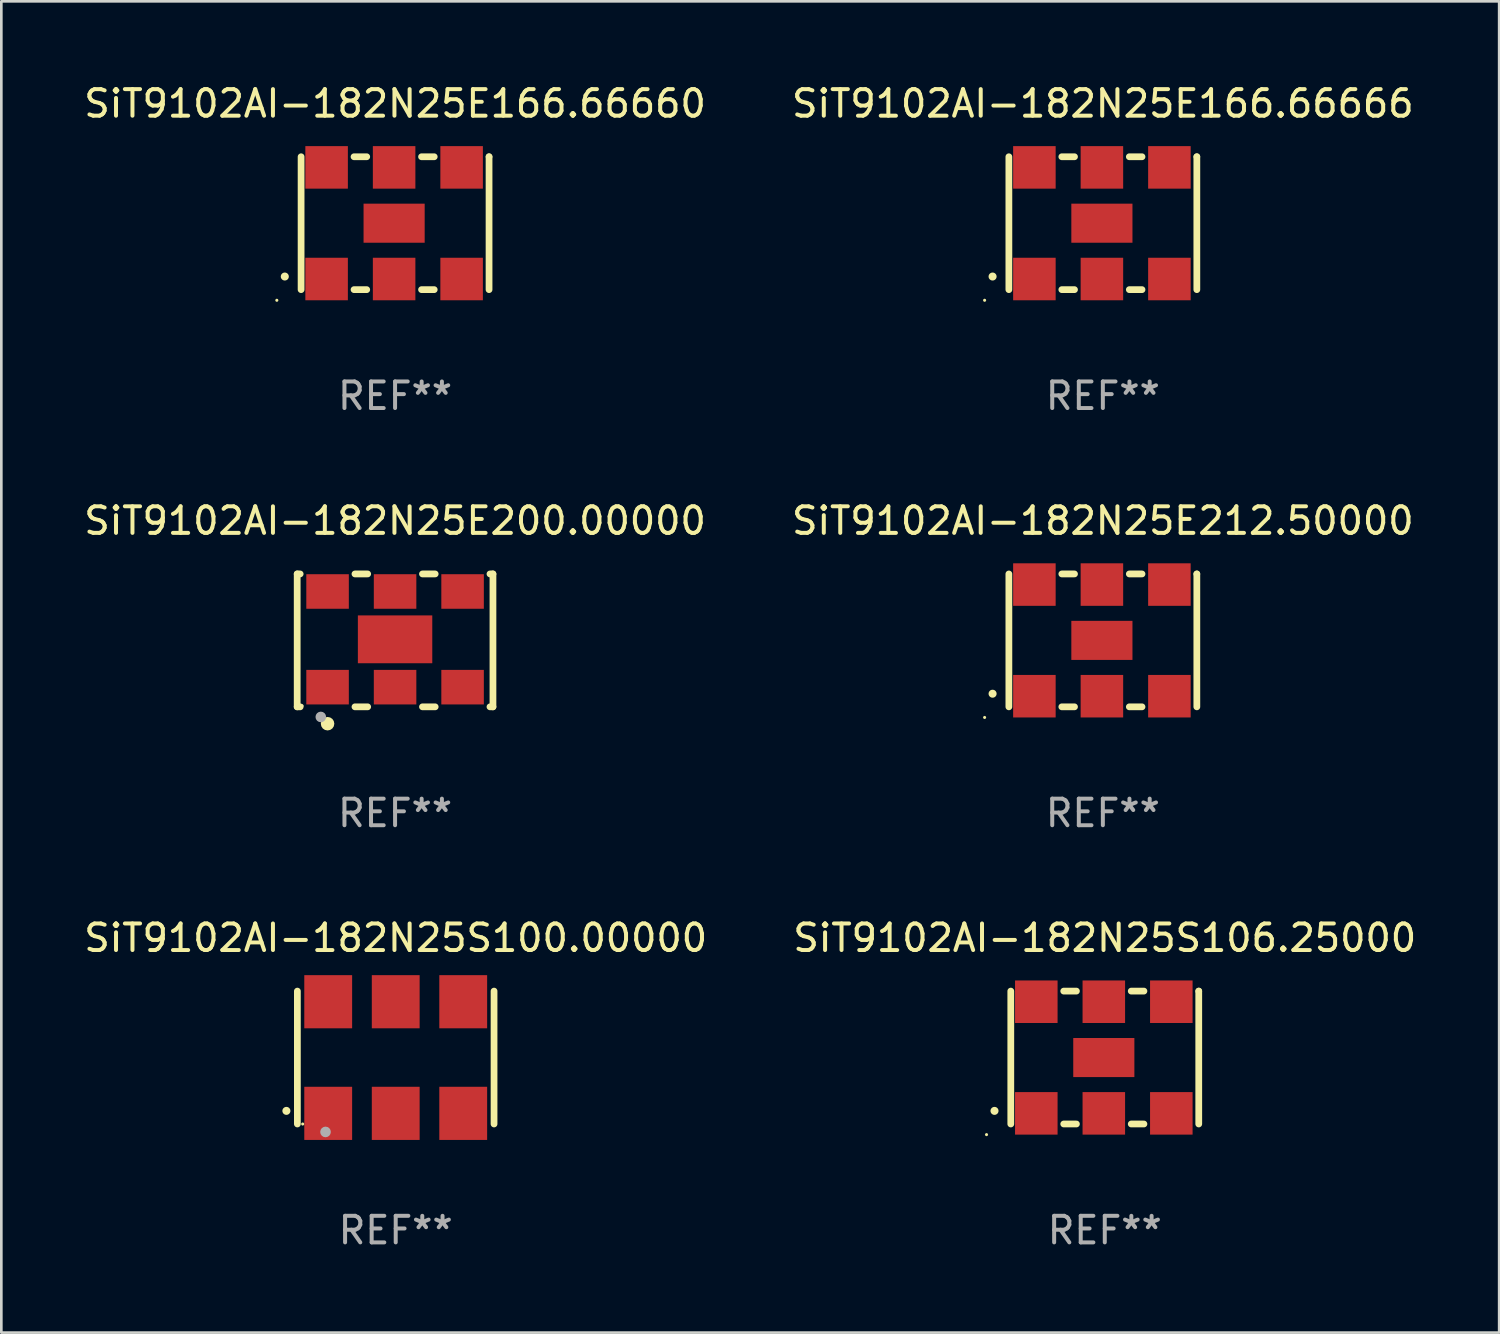
<source format=kicad_pcb>
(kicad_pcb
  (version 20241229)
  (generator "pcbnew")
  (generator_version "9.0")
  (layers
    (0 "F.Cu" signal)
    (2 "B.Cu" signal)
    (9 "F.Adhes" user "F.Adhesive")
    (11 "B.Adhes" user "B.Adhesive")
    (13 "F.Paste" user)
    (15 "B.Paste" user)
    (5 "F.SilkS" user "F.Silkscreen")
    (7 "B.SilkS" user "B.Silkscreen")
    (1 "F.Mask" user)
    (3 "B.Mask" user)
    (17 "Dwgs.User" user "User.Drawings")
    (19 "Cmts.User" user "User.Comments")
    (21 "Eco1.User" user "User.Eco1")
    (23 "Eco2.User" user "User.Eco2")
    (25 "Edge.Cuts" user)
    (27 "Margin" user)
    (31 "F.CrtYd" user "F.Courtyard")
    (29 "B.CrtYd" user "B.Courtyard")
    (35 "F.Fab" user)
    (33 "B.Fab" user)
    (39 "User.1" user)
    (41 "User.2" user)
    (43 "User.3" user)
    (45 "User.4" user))
  (footprint "SiT9102AI-182N25S106.25000"
    (layer "F.Cu")
    (at 38.518 36.741)
    (property "Reference" "SiT9102AI-182N25S106.25000" (at 0 -4.5 0) (layer "F.SilkS") (effects (font (size 1 1) (thickness 0.15))))
    (attr through_hole)
    (fp_line (start -3.536 -2.5) (end -3.536 2.5) (stroke (width 0.254) (type solid)) (layer "F.SilkS"))
    (fp_line (start -1.544 2.5) (end -1.067 2.5) (stroke (width 0.254) (type solid)) (layer "F.SilkS"))
    (fp_line (start -1.067 -2.5) (end -1.544 -2.5) (stroke (width 0.254) (type solid)) (layer "F.SilkS"))
    (fp_line (start 0.996 2.5) (end 1.473 2.5) (stroke (width 0.254) (type solid)) (layer "F.SilkS"))
    (fp_line (start 1.473 -2.5) (end 0.996 -2.5) (stroke (width 0.254) (type solid)) (layer "F.SilkS"))
    (fp_line (start 3.536 -2.5) (end 3.536 -2.5) (stroke (width 0.254) (type solid)) (layer "F.SilkS"))
    (fp_line (start 3.536 2.5) (end 3.536 -2.5) (stroke (width 0.254) (type solid)) (layer "F.SilkS"))
    (fp_arc (start -4.150432 2.006604) (mid -4.149162 2.006599) (end -4.147892 2.006604) (stroke (width 0.3) (type solid)) (layer "F.SilkS"))
    (fp_circle (center -4.449 2.9) (end -4.419 2.9) (stroke (width 0.06) (type solid)) (fill no) (layer "F.SilkS"))
    (fp_text user "REF**" (at 0 6.5 0) (layer "F.Fab") (effects (font (size 1 1) (thickness 0.15))))
    (pad "1" smd rect (at -2.576 2.1) (size 1.6 1.6) (layers "F.Cu" "F.Mask" "F.Paste"))
    (pad "2" smd rect (at -0.036 2.1) (size 1.6 1.6) (layers "F.Cu" "F.Mask" "F.Paste"))
    (pad "3" smd rect (at 2.504 2.1) (size 1.6 1.6) (layers "F.Cu" "F.Mask" "F.Paste"))
    (pad "4" smd rect (at 2.504 -2.1) (size 1.6 1.6) (layers "F.Cu" "F.Mask" "F.Paste"))
    (pad "5" smd rect (at -0.036 -2.1) (size 1.6 1.6) (layers "F.Cu" "F.Mask" "F.Paste"))
    (pad "6" smd rect (at -2.576 -2.1) (size 1.6 1.6) (layers "F.Cu" "F.Mask" "F.Paste"))
    (pad "7" smd rect (at -0.036 0) (size 2.3 1.47) (layers "F.Cu" "F.Mask" "F.Paste")))
  (footprint "SiT9102AI-182N25E166.66666"
    (layer "F.Cu")
    (at 38.446 5.348)
    (property "Reference" "SiT9102AI-182N25E166.66666" (at 0 -4.5 0) (layer "F.SilkS") (effects (font (size 1 1) (thickness 0.15))))
    (attr through_hole)
    (fp_line (start -3.536 -2.5) (end -3.536 2.5) (stroke (width 0.254) (type solid)) (layer "F.SilkS"))
    (fp_line (start -1.544 2.5) (end -1.067 2.5) (stroke (width 0.254) (type solid)) (layer "F.SilkS"))
    (fp_line (start -1.067 -2.5) (end -1.544 -2.5) (stroke (width 0.254) (type solid)) (layer "F.SilkS"))
    (fp_line (start 0.996 2.5) (end 1.473 2.5) (stroke (width 0.254) (type solid)) (layer "F.SilkS"))
    (fp_line (start 1.473 -2.5) (end 0.996 -2.5) (stroke (width 0.254) (type solid)) (layer "F.SilkS"))
    (fp_line (start 3.536 -2.5) (end 3.536 -2.5) (stroke (width 0.254) (type solid)) (layer "F.SilkS"))
    (fp_line (start 3.536 2.5) (end 3.536 -2.5) (stroke (width 0.254) (type solid)) (layer "F.SilkS"))
    (fp_arc (start -4.150432 2.006604) (mid -4.149162 2.006599) (end -4.147892 2.006604) (stroke (width 0.3) (type solid)) (layer "F.SilkS"))
    (fp_circle (center -4.449 2.9) (end -4.419 2.9) (stroke (width 0.06) (type solid)) (fill no) (layer "F.SilkS"))
    (fp_text user "REF**" (at 0 6.5 0) (layer "F.Fab") (effects (font (size 1 1) (thickness 0.15))))
    (pad "1" smd rect (at -2.576 2.1) (size 1.6 1.6) (layers "F.Cu" "F.Mask" "F.Paste"))
    (pad "2" smd rect (at -0.036 2.1) (size 1.6 1.6) (layers "F.Cu" "F.Mask" "F.Paste"))
    (pad "3" smd rect (at 2.504 2.1) (size 1.6 1.6) (layers "F.Cu" "F.Mask" "F.Paste"))
    (pad "4" smd rect (at 2.504 -2.1) (size 1.6 1.6) (layers "F.Cu" "F.Mask" "F.Paste"))
    (pad "5" smd rect (at -0.036 -2.1) (size 1.6 1.6) (layers "F.Cu" "F.Mask" "F.Paste"))
    (pad "6" smd rect (at -2.576 -2.1) (size 1.6 1.6) (layers "F.Cu" "F.Mask" "F.Paste"))
    (pad "7" smd rect (at -0.036 0) (size 2.3 1.47) (layers "F.Cu" "F.Mask" "F.Paste")))
  (footprint "SiT9102AI-182N25E212.50000"
    (layer "F.Cu")
    (at 38.446 21.045)
    (property "Reference" "SiT9102AI-182N25E212.50000" (at 0 -4.5 0) (layer "F.SilkS") (effects (font (size 1 1) (thickness 0.15))))
    (attr through_hole)
    (fp_line (start -3.536 -2.5) (end -3.536 2.5) (stroke (width 0.254) (type solid)) (layer "F.SilkS"))
    (fp_line (start -1.544 2.5) (end -1.067 2.5) (stroke (width 0.254) (type solid)) (layer "F.SilkS"))
    (fp_line (start -1.067 -2.5) (end -1.544 -2.5) (stroke (width 0.254) (type solid)) (layer "F.SilkS"))
    (fp_line (start 0.996 2.5) (end 1.473 2.5) (stroke (width 0.254) (type solid)) (layer "F.SilkS"))
    (fp_line (start 1.473 -2.5) (end 0.996 -2.5) (stroke (width 0.254) (type solid)) (layer "F.SilkS"))
    (fp_line (start 3.536 -2.5) (end 3.536 -2.5) (stroke (width 0.254) (type solid)) (layer "F.SilkS"))
    (fp_line (start 3.536 2.5) (end 3.536 -2.5) (stroke (width 0.254) (type solid)) (layer "F.SilkS"))
    (fp_arc (start -4.150432 2.006604) (mid -4.149162 2.006599) (end -4.147892 2.006604) (stroke (width 0.3) (type solid)) (layer "F.SilkS"))
    (fp_circle (center -4.449 2.9) (end -4.419 2.9) (stroke (width 0.06) (type solid)) (fill no) (layer "F.SilkS"))
    (fp_text user "REF**" (at 0 6.5 0) (layer "F.Fab") (effects (font (size 1 1) (thickness 0.15))))
    (pad "1" smd rect (at -2.576 2.1) (size 1.6 1.6) (layers "F.Cu" "F.Mask" "F.Paste"))
    (pad "2" smd rect (at -0.036 2.1) (size 1.6 1.6) (layers "F.Cu" "F.Mask" "F.Paste"))
    (pad "3" smd rect (at 2.504 2.1) (size 1.6 1.6) (layers "F.Cu" "F.Mask" "F.Paste"))
    (pad "4" smd rect (at 2.504 -2.1) (size 1.6 1.6) (layers "F.Cu" "F.Mask" "F.Paste"))
    (pad "5" smd rect (at -0.036 -2.1) (size 1.6 1.6) (layers "F.Cu" "F.Mask" "F.Paste"))
    (pad "6" smd rect (at -2.576 -2.1) (size 1.6 1.6) (layers "F.Cu" "F.Mask" "F.Paste"))
    (pad "7" smd rect (at -0.036 0) (size 2.3 1.47) (layers "F.Cu" "F.Mask" "F.Paste")))
  (footprint "SiT9102AI-182N25E200.00000"
    (layer "F.Cu")
    (at 11.815 21.045)
    (property "Reference" "SiT9102AI-182N25E200.00000" (at 0 -4.5 0) (layer "F.SilkS") (effects (font (size 1 1) (thickness 0.15))))
    (attr through_hole)
    (fp_line (start -3.683 -2.5) (end -3.571 -2.5) (stroke (width 0.254) (type solid)) (layer "F.SilkS"))
    (fp_line (start -3.683 2.5) (end -3.683 -2.5) (stroke (width 0.254) (type solid)) (layer "F.SilkS"))
    (fp_line (start -3.683 2.5) (end -3.571 2.5) (stroke (width 0.254) (type solid)) (layer "F.SilkS"))
    (fp_line (start -1.509 -2.5) (end -1.031 -2.5) (stroke (width 0.254) (type solid)) (layer "F.SilkS"))
    (fp_line (start -1.509 2.5) (end -1.031 2.5) (stroke (width 0.254) (type solid)) (layer "F.SilkS"))
    (fp_line (start 1.031 -2.5) (end 1.509 -2.5) (stroke (width 0.254) (type solid)) (layer "F.SilkS"))
    (fp_line (start 1.031 2.5) (end 1.509 2.5) (stroke (width 0.254) (type solid)) (layer "F.SilkS"))
    (fp_line (start 3.571 -2.5) (end 3.683 -2.5) (stroke (width 0.254) (type solid)) (layer "F.SilkS"))
    (fp_line (start 3.571 2.5) (end 3.683 2.5) (stroke (width 0.254) (type solid)) (layer "F.SilkS"))
    (fp_line (start 3.683 2.5) (end 3.683 -2.5) (stroke (width 0.254) (type solid)) (layer "F.SilkS"))
    (fp_circle (center -3.5 2.46) (end -3.47 2.46) (stroke (width 0.06) (type solid)) (fill no) (layer "F.SilkS"))
    (fp_circle (center -2.54 3.135) (end -2.413 3.135) (stroke (width 0.254) (type solid)) (fill no) (layer "F.SilkS"))
    (fp_circle (center -2.794 2.881) (end -2.694 2.881) (stroke (width 0.2) (type solid)) (fill no) (layer "F.Fab"))
    (fp_text user "REF**" (at 0 6.5 0) (layer "F.Fab") (effects (font (size 1 1) (thickness 0.15))))
    (pad "1" smd rect (at -2.54 1.76) (size 1.6 1.3) (layers "F.Cu" "F.Mask" "F.Paste"))
    (pad "2" smd rect (at 0 1.76) (size 1.6 1.3) (layers "F.Cu" "F.Mask" "F.Paste"))
    (pad "3" smd rect (at 2.54 1.76) (size 1.6 1.3) (layers "F.Cu" "F.Mask" "F.Paste"))
    (pad "4" smd rect (at 2.54 -1.84) (size 1.6 1.3) (layers "F.Cu" "F.Mask" "F.Paste"))
    (pad "5" smd rect (at 0 -1.84) (size 1.6 1.3) (layers "F.Cu" "F.Mask" "F.Paste"))
    (pad "6" smd rect (at -2.54 -1.84) (size 1.6 1.3) (layers "F.Cu" "F.Mask" "F.Paste"))
    (pad "7" smd rect (at 0 -0.04) (size 2.8 1.8) (layers "F.Cu" "F.Mask" "F.Paste")))
  (footprint "SiT9102AI-182N25E166.66660"
    (layer "F.Cu")
    (at 11.815 5.348)
    (property "Reference" "SiT9102AI-182N25E166.66660" (at 0 -4.5 0) (layer "F.SilkS") (effects (font (size 1 1) (thickness 0.15))))
    (attr through_hole)
    (fp_line (start -3.536 -2.5) (end -3.536 2.5) (stroke (width 0.254) (type solid)) (layer "F.SilkS"))
    (fp_line (start -1.544 2.5) (end -1.067 2.5) (stroke (width 0.254) (type solid)) (layer "F.SilkS"))
    (fp_line (start -1.067 -2.5) (end -1.544 -2.5) (stroke (width 0.254) (type solid)) (layer "F.SilkS"))
    (fp_line (start 0.996 2.5) (end 1.473 2.5) (stroke (width 0.254) (type solid)) (layer "F.SilkS"))
    (fp_line (start 1.473 -2.5) (end 0.996 -2.5) (stroke (width 0.254) (type solid)) (layer "F.SilkS"))
    (fp_line (start 3.536 -2.5) (end 3.536 -2.5) (stroke (width 0.254) (type solid)) (layer "F.SilkS"))
    (fp_line (start 3.536 2.5) (end 3.536 -2.5) (stroke (width 0.254) (type solid)) (layer "F.SilkS"))
    (fp_arc (start -4.150432 2.006604) (mid -4.149162 2.006599) (end -4.147892 2.006604) (stroke (width 0.3) (type solid)) (layer "F.SilkS"))
    (fp_circle (center -4.449 2.9) (end -4.419 2.9) (stroke (width 0.06) (type solid)) (fill no) (layer "F.SilkS"))
    (fp_text user "REF**" (at 0 6.5 0) (layer "F.Fab") (effects (font (size 1 1) (thickness 0.15))))
    (pad "1" smd rect (at -2.576 2.1) (size 1.6 1.6) (layers "F.Cu" "F.Mask" "F.Paste"))
    (pad "2" smd rect (at -0.036 2.1) (size 1.6 1.6) (layers "F.Cu" "F.Mask" "F.Paste"))
    (pad "3" smd rect (at 2.504 2.1) (size 1.6 1.6) (layers "F.Cu" "F.Mask" "F.Paste"))
    (pad "4" smd rect (at 2.504 -2.1) (size 1.6 1.6) (layers "F.Cu" "F.Mask" "F.Paste"))
    (pad "5" smd rect (at -0.036 -2.1) (size 1.6 1.6) (layers "F.Cu" "F.Mask" "F.Paste"))
    (pad "6" smd rect (at -2.576 -2.1) (size 1.6 1.6) (layers "F.Cu" "F.Mask" "F.Paste"))
    (pad "7" smd rect (at -0.036 0) (size 2.3 1.47) (layers "F.Cu" "F.Mask" "F.Paste")))
  (footprint "SiT9102AI-182N25S100.00000"
    (layer "F.Cu")
    (at 11.839 36.741)
    (property "Reference" "SiT9102AI-182N25S100.00000" (at 0 -4.5 0) (layer "F.SilkS") (effects (font (size 1 1) (thickness 0.15))))
    (attr through_hole)
    (fp_line (start -3.7 -2.5) (end -3.7 2.5) (stroke (width 0.254) (type solid)) (layer "F.SilkS"))
    (fp_line (start 3.7 -2.5) (end 3.7 2.5) (stroke (width 0.254) (type solid)) (layer "F.SilkS"))
    (fp_arc (start -4.114415 2.006604) (mid -4.113145 2.006599) (end -4.111875 2.006604) (stroke (width 0.3) (type solid)) (layer "F.SilkS"))
    (fp_circle (center -3.5 2.501) (end -3.47 2.501) (stroke (width 0.06) (type solid)) (fill no) (layer "F.SilkS"))
    (fp_circle (center -2.641 2.799) (end -2.541 2.799) (stroke (width 0.2) (type solid)) (fill no) (layer "F.Fab"))
    (fp_text user "REF**" (at 0 6.5 0) (layer "F.Fab") (effects (font (size 1 1) (thickness 0.15))))
    (pad "1" smd rect (at -2.54 2.1) (size 1.8 2) (layers "F.Cu" "F.Mask" "F.Paste"))
    (pad "2" smd rect (at 0.000394 2.1) (size 1.8 2) (layers "F.Cu" "F.Mask" "F.Paste"))
    (pad "3" smd rect (at 2.54 2.1) (size 1.8 2) (layers "F.Cu" "F.Mask" "F.Paste"))
    (pad "4" smd rect (at 2.54 -2.1) (size 1.8 2) (layers "F.Cu" "F.Mask" "F.Paste"))
    (pad "5" smd rect (at 0.000394 -2.1) (size 1.8 2) (layers "F.Cu" "F.Mask" "F.Paste"))
    (pad "6" smd rect (at -2.54 -2.1) (size 1.8 2) (layers "F.Cu" "F.Mask" "F.Paste")))
  (gr_rect
    (start -3 -3)
    (end 53.357 47.09)
    (stroke (width 0.1) (type default))
    (fill no)
    (layer "Edge.Cuts")))
</source>
